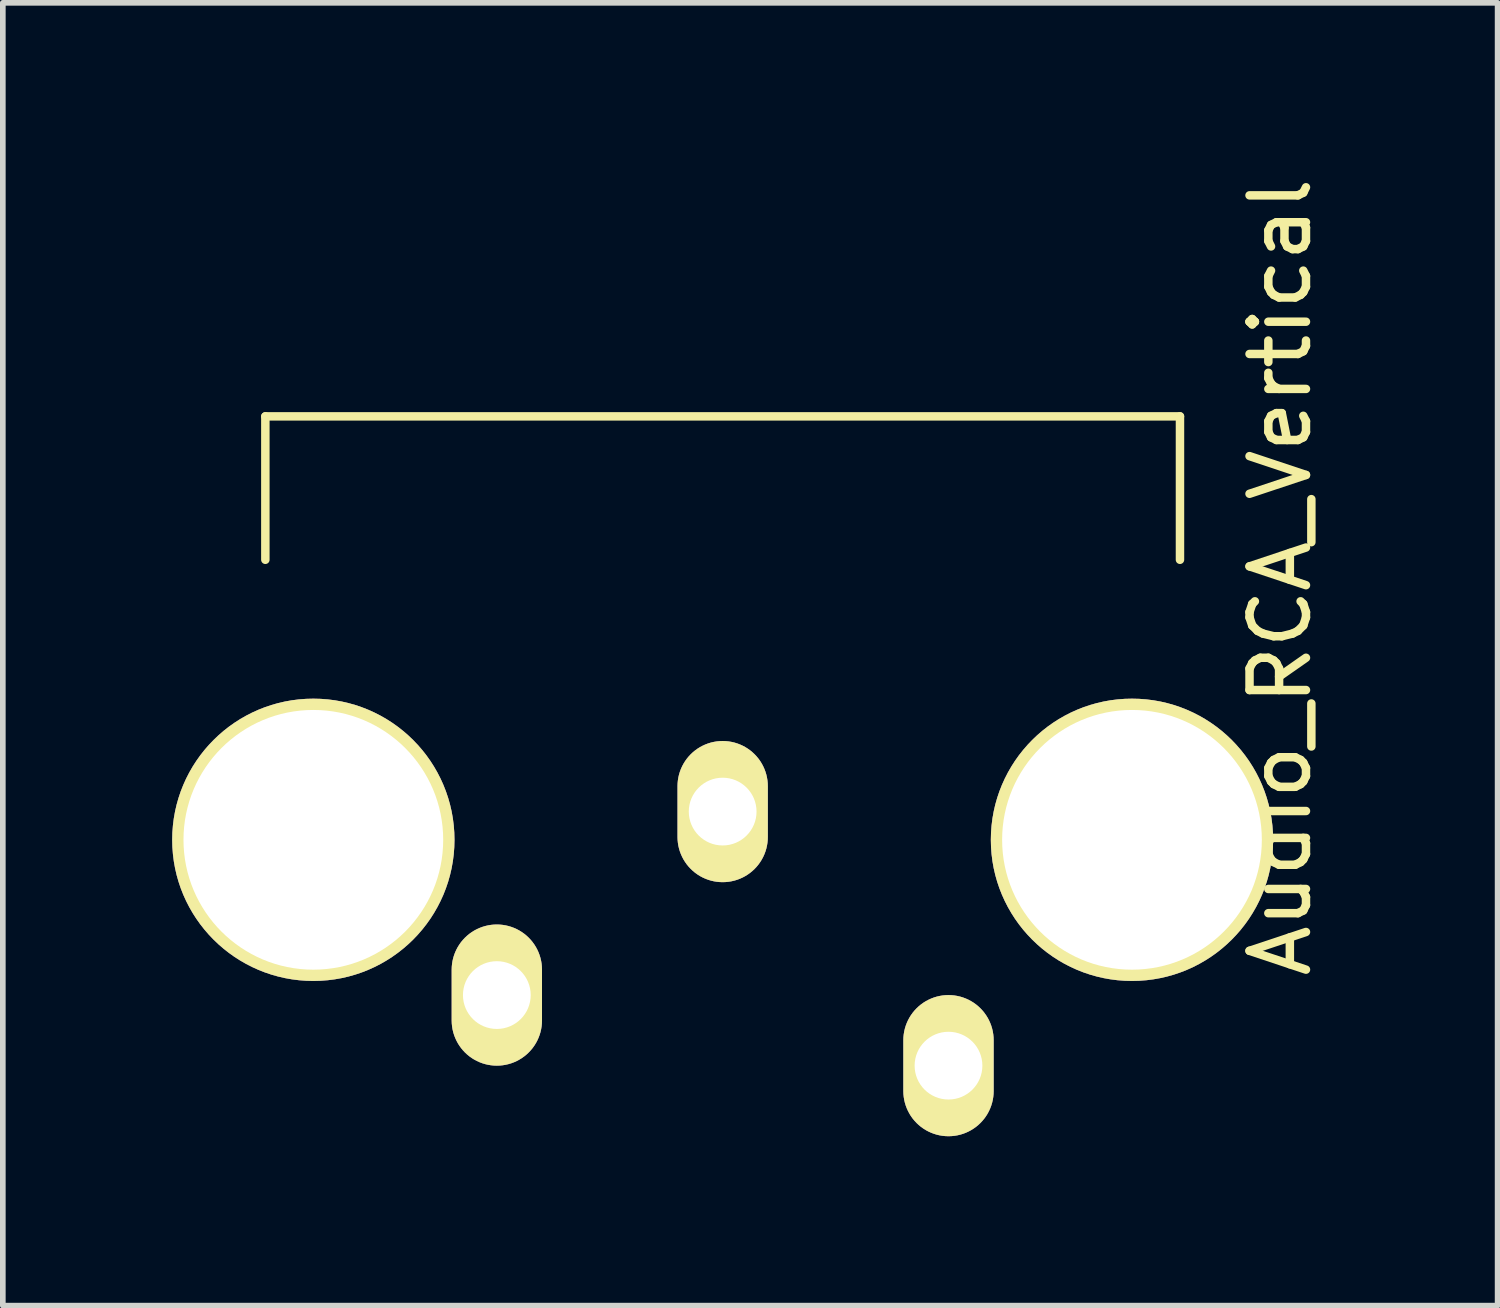
<source format=kicad_pcb>
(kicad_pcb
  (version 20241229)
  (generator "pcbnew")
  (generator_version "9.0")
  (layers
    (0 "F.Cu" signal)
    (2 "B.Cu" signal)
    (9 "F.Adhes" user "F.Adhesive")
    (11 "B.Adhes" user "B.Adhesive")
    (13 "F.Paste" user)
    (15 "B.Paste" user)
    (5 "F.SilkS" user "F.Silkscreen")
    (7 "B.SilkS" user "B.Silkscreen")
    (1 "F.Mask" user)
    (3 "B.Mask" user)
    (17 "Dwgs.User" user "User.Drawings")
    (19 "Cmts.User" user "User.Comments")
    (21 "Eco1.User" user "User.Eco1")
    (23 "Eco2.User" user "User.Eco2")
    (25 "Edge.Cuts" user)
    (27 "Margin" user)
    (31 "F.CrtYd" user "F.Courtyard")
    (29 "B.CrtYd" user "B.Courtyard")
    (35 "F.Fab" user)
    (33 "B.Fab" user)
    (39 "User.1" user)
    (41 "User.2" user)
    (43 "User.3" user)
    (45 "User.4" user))
  (footprint "Audio_RCA_Vertical"
    (layer "F.Cu")
    (at 1.65 4.325)
    (property "Reference" "Audio_RCA_Vertical" (at 17.977 2.847 90) (layer "F.SilkS") (effects (font (size 1 1) (thickness 0.15))))
    (attr through_hole)
    (fp_line (start 0 0) (end 0 2.54) (stroke (width 0.15) (type solid)) (layer "F.SilkS"))
    (fp_line (start 0 0) (end 16.2 0) (stroke (width 0.15) (type solid)) (layer "F.SilkS"))
    (fp_line (start 16.2 0) (end 16.2 2.54) (stroke (width 0.15) (type solid)) (layer "F.SilkS"))
    (pad "0" thru_hole oval (at 0.85 7.5) (size 5 5) (drill oval 4.6) (layers "*.Cu" "*.Mask" "F.SilkS"))
    (pad "0" thru_hole oval (at 15.35 7.5) (size 5 5) (drill oval 4.6) (layers "*.Cu" "*.Mask" "F.SilkS"))
    (pad "1" thru_hole oval (at 8.1 7) (size 1.6 2.5) (drill oval 1.2) (layers "*.Cu" "*.Mask" "F.SilkS"))
    (pad "2" thru_hole oval (at 4.1 10.25) (size 1.6 2.5) (drill oval 1.2) (layers "*.Cu" "*.Mask" "F.SilkS"))
    (pad "3" thru_hole oval (at 12.1 11.5) (size 1.6 2.5) (drill oval 1.2) (layers "*.Cu" "*.Mask" "F.SilkS")))
  (gr_rect
    (start -3 -3)
    (end 23.476 20.075)
    (stroke (width 0.1) (type default))
    (fill no)
    (layer "Edge.Cuts")))
</source>
